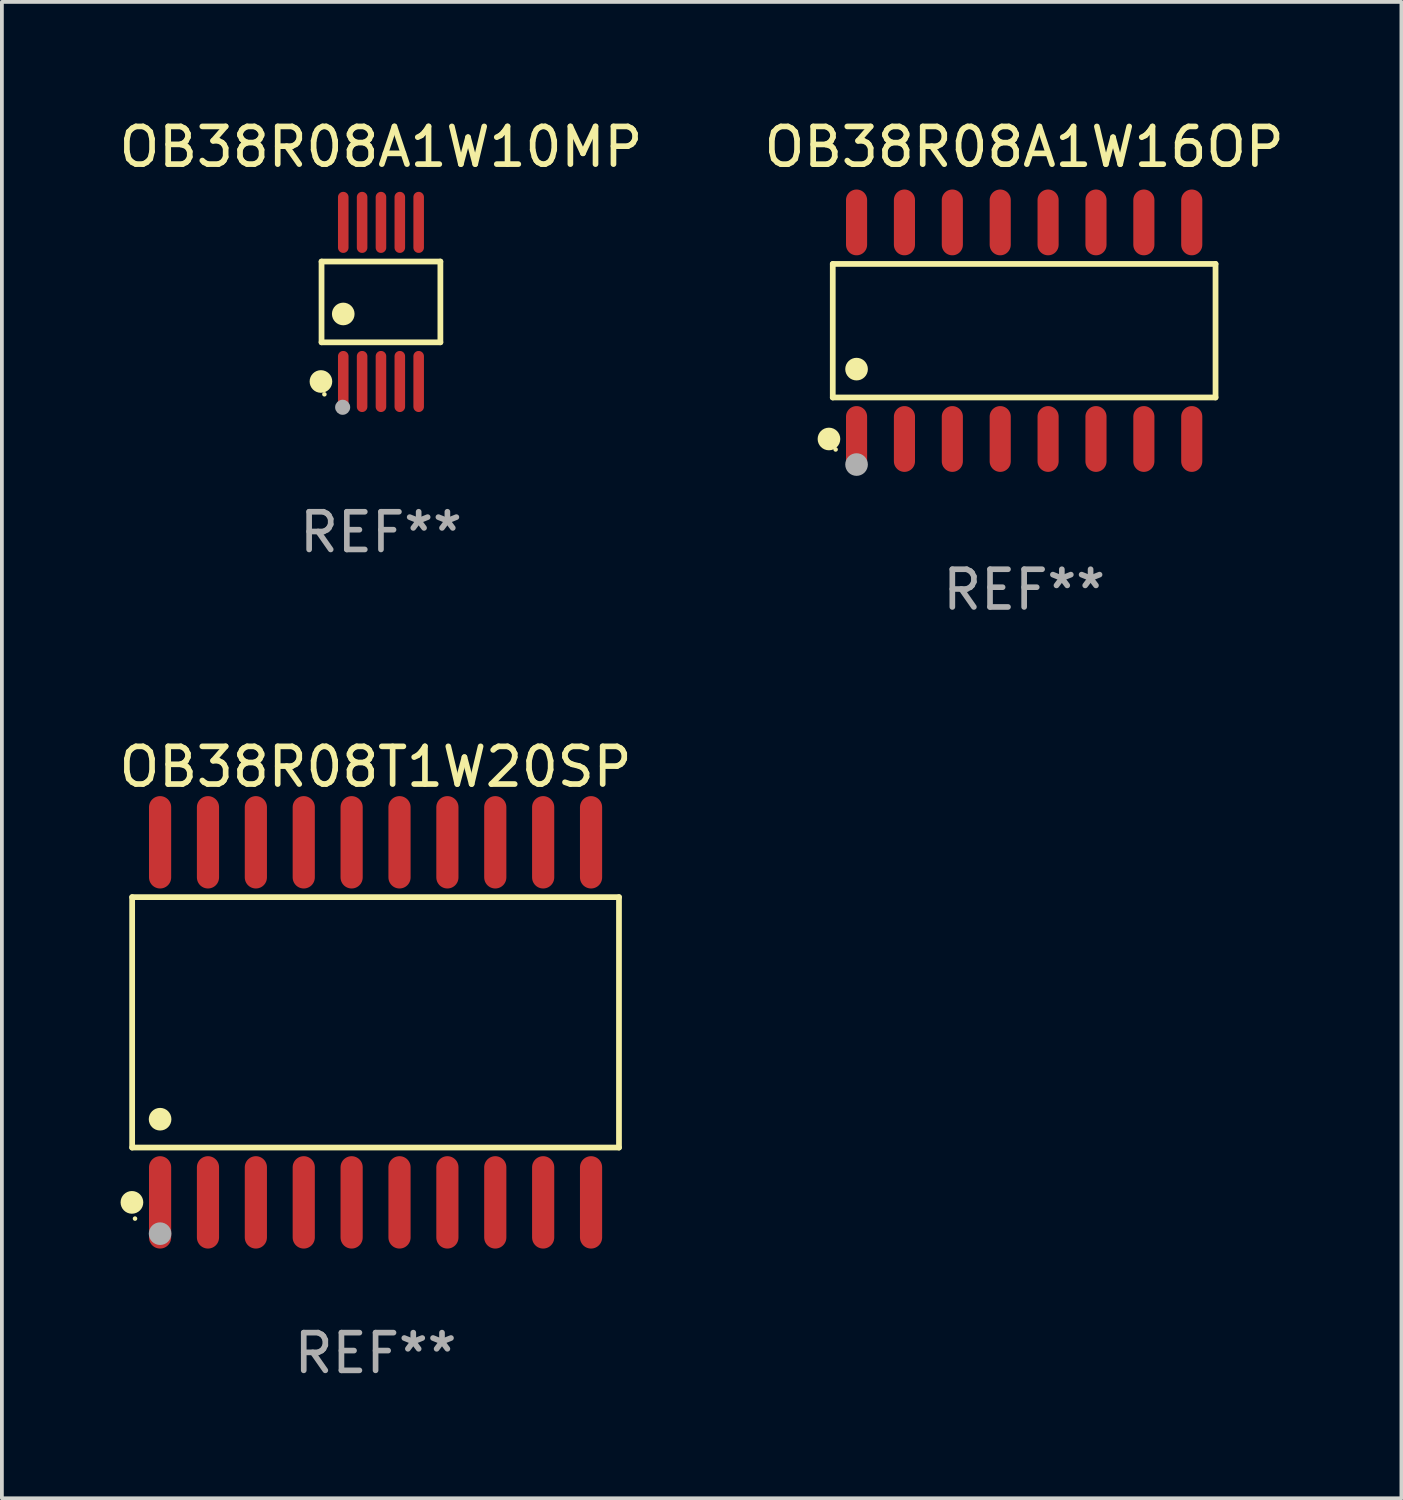
<source format=kicad_pcb>
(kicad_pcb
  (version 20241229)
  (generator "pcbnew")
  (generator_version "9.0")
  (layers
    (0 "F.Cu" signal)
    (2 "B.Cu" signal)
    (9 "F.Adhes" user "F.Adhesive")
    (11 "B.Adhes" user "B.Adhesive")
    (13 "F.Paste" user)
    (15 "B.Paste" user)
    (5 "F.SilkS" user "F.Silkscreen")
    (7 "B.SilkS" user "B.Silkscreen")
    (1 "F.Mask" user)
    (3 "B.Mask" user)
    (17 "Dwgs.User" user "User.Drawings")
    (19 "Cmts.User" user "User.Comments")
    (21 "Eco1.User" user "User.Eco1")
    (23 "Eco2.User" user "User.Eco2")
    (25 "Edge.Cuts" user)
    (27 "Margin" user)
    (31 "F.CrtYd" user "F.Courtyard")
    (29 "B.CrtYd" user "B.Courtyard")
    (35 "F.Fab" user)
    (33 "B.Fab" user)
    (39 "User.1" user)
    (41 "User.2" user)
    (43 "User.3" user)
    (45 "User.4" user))
  (footprint "OB38R08A1W10MP"
    (layer "F.Cu")
    (at 7.054 4.958)
    (property "Reference" "OB38R08A1W10MP" (at 0 -4.11 0) (layer "F.SilkS") (effects (font (size 1 1) (thickness 0.15))))
    (attr through_hole)
    (fp_line (start -1.576 -1.071) (end 1.576 -1.071) (stroke (width 0.152) (type solid)) (layer "F.SilkS"))
    (fp_line (start -1.576 1.071) (end -1.576 -1.071) (stroke (width 0.152) (type solid)) (layer "F.SilkS"))
    (fp_line (start 1.576 -1.071) (end 1.576 1.071) (stroke (width 0.152) (type solid)) (layer "F.SilkS"))
    (fp_line (start 1.576 1.071) (end -1.576 1.071) (stroke (width 0.152) (type solid)) (layer "F.SilkS"))
    (fp_circle (center -1.592 2.11) (end -1.442 2.11) (stroke (width 0.3) (type solid)) (fill no) (layer "F.SilkS"))
    (fp_circle (center -1.5 2.45) (end -1.47 2.45) (stroke (width 0.06) (type solid)) (fill no) (layer "F.SilkS"))
    (fp_circle (center -1 0.319) (end -0.85 0.319) (stroke (width 0.3) (type solid)) (fill no) (layer "F.SilkS"))
    (fp_circle (center -1.016 2.794) (end -0.916 2.794) (stroke (width 0.2) (type solid)) (fill no) (layer "F.Fab"))
    (fp_text user "REF**" (at 0 6.11 0) (layer "F.Fab") (effects (font (size 1 1) (thickness 0.15))))
    (pad "1" smd oval (at -1 2.11) (size 0.28 1.62) (layers "F.Cu" "F.Mask" "F.Paste"))
    (pad "2" smd oval (at -0.5 2.11) (size 0.28 1.62) (layers "F.Cu" "F.Mask" "F.Paste"))
    (pad "3" smd oval (at 0 2.11) (size 0.28 1.62) (layers "F.Cu" "F.Mask" "F.Paste"))
    (pad "4" smd oval (at 0.5 2.11) (size 0.28 1.62) (layers "F.Cu" "F.Mask" "F.Paste"))
    (pad "5" smd oval (at 1 2.11) (size 0.28 1.62) (layers "F.Cu" "F.Mask" "F.Paste"))
    (pad "6" smd oval (at 1 -2.11) (size 0.28 1.62) (layers "F.Cu" "F.Mask" "F.Paste"))
    (pad "7" smd oval (at 0.5 -2.11) (size 0.28 1.62) (layers "F.Cu" "F.Mask" "F.Paste"))
    (pad "8" smd oval (at 0 -2.11) (size 0.28 1.62) (layers "F.Cu" "F.Mask" "F.Paste"))
    (pad "9" smd oval (at -0.5 -2.11) (size 0.28 1.62) (layers "F.Cu" "F.Mask" "F.Paste"))
    (pad "10" smd oval (at -1 -2.11) (size 0.28 1.62) (layers "F.Cu" "F.Mask" "F.Paste")))
  (footprint "OB38R08A1W16OP"
    (layer "F.Cu")
    (at 24.113 5.721)
    (property "Reference" "OB38R08A1W16OP" (at 0 -4.872 0) (layer "F.SilkS") (effects (font (size 1 1) (thickness 0.15))))
    (attr through_hole)
    (fp_line (start -5.076 -1.771) (end 5.076 -1.771) (stroke (width 0.152) (type solid)) (layer "F.SilkS"))
    (fp_line (start -5.076 1.771) (end -5.076 -1.771) (stroke (width 0.152) (type solid)) (layer "F.SilkS"))
    (fp_line (start 5.076 -1.771) (end 5.076 1.771) (stroke (width 0.152) (type solid)) (layer "F.SilkS"))
    (fp_line (start 5.076 1.771) (end -5.076 1.771) (stroke (width 0.152) (type solid)) (layer "F.SilkS"))
    (fp_circle (center -5.177 2.872) (end -5.027 2.872) (stroke (width 0.3) (type solid)) (fill no) (layer "F.SilkS"))
    (fp_circle (center -5 3.15) (end -4.97 3.15) (stroke (width 0.06) (type solid)) (fill no) (layer "F.SilkS"))
    (fp_circle (center -4.445 1.019) (end -4.295 1.019) (stroke (width 0.3) (type solid)) (fill no) (layer "F.SilkS"))
    (fp_circle (center -4.445 3.55) (end -4.295 3.55) (stroke (width 0.3) (type solid)) (fill no) (layer "F.Fab"))
    (fp_text user "REF**" (at 0 6.872 0) (layer "F.Fab") (effects (font (size 1 1) (thickness 0.15))))
    (pad "1" smd oval (at -4.445 2.872) (size 0.56 1.745) (layers "F.Cu" "F.Mask" "F.Paste"))
    (pad "2" smd oval (at -3.175 2.872) (size 0.56 1.745) (layers "F.Cu" "F.Mask" "F.Paste"))
    (pad "3" smd oval (at -1.905 2.872) (size 0.56 1.745) (layers "F.Cu" "F.Mask" "F.Paste"))
    (pad "4" smd oval (at -0.635 2.872) (size 0.56 1.745) (layers "F.Cu" "F.Mask" "F.Paste"))
    (pad "5" smd oval (at 0.635 2.872) (size 0.56 1.745) (layers "F.Cu" "F.Mask" "F.Paste"))
    (pad "6" smd oval (at 1.905 2.872) (size 0.56 1.745) (layers "F.Cu" "F.Mask" "F.Paste"))
    (pad "7" smd oval (at 3.175 2.872) (size 0.56 1.745) (layers "F.Cu" "F.Mask" "F.Paste"))
    (pad "8" smd oval (at 4.445 2.872) (size 0.56 1.745) (layers "F.Cu" "F.Mask" "F.Paste"))
    (pad "9" smd oval (at 4.445 -2.872) (size 0.56 1.745) (layers "F.Cu" "F.Mask" "F.Paste"))
    (pad "10" smd oval (at 3.175 -2.872) (size 0.56 1.745) (layers "F.Cu" "F.Mask" "F.Paste"))
    (pad "11" smd oval (at 1.905 -2.872) (size 0.56 1.745) (layers "F.Cu" "F.Mask" "F.Paste"))
    (pad "12" smd oval (at 0.635 -2.872) (size 0.56 1.745) (layers "F.Cu" "F.Mask" "F.Paste"))
    (pad "13" smd oval (at -0.635 -2.872) (size 0.56 1.745) (layers "F.Cu" "F.Mask" "F.Paste"))
    (pad "14" smd oval (at -1.905 -2.872) (size 0.56 1.745) (layers "F.Cu" "F.Mask" "F.Paste"))
    (pad "15" smd oval (at -3.175 -2.872) (size 0.56 1.745) (layers "F.Cu" "F.Mask" "F.Paste"))
    (pad "16" smd oval (at -4.445 -2.872) (size 0.56 1.745) (layers "F.Cu" "F.Mask" "F.Paste")))
  (footprint "OB38R08T1W20SP"
    (layer "F.Cu")
    (at 6.911 24.065)
    (property "Reference" "OB38R08T1W20SP" (at 0 -6.775 0) (layer "F.SilkS") (effects (font (size 1 1) (thickness 0.15))))
    (attr through_hole)
    (fp_line (start -6.456 -3.321) (end 6.456 -3.321) (stroke (width 0.152) (type solid)) (layer "F.SilkS"))
    (fp_line (start -6.456 3.321) (end -6.456 -3.321) (stroke (width 0.152) (type solid)) (layer "F.SilkS"))
    (fp_line (start 6.456 -3.321) (end 6.456 3.321) (stroke (width 0.152) (type solid)) (layer "F.SilkS"))
    (fp_line (start 6.456 3.321) (end -6.456 3.321) (stroke (width 0.152) (type solid)) (layer "F.SilkS"))
    (fp_circle (center -6.462 4.775) (end -6.311 4.775) (stroke (width 0.3) (type solid)) (fill no) (layer "F.SilkS"))
    (fp_circle (center -6.38 5.205) (end -6.35 5.205) (stroke (width 0.06) (type solid)) (fill no) (layer "F.SilkS"))
    (fp_circle (center -5.715 2.569) (end -5.565 2.569) (stroke (width 0.3) (type solid)) (fill no) (layer "F.SilkS"))
    (fp_circle (center -5.715 5.605) (end -5.565 5.605) (stroke (width 0.3) (type solid)) (fill no) (layer "F.Fab"))
    (fp_text user "REF**" (at 0 8.775 0) (layer "F.Fab") (effects (font (size 1 1) (thickness 0.15))))
    (pad "1" smd oval (at -5.715 4.775) (size 0.588 2.45) (layers "F.Cu" "F.Mask" "F.Paste"))
    (pad "2" smd oval (at -4.445 4.775) (size 0.588 2.45) (layers "F.Cu" "F.Mask" "F.Paste"))
    (pad "3" smd oval (at -3.175 4.775) (size 0.588 2.45) (layers "F.Cu" "F.Mask" "F.Paste"))
    (pad "4" smd oval (at -1.905 4.775) (size 0.588 2.45) (layers "F.Cu" "F.Mask" "F.Paste"))
    (pad "5" smd oval (at -0.635 4.775) (size 0.588 2.45) (layers "F.Cu" "F.Mask" "F.Paste"))
    (pad "6" smd oval (at 0.635 4.775) (size 0.588 2.45) (layers "F.Cu" "F.Mask" "F.Paste"))
    (pad "7" smd oval (at 1.905 4.775) (size 0.588 2.45) (layers "F.Cu" "F.Mask" "F.Paste"))
    (pad "8" smd oval (at 3.175 4.775) (size 0.588 2.45) (layers "F.Cu" "F.Mask" "F.Paste"))
    (pad "9" smd oval (at 4.445 4.775) (size 0.588 2.45) (layers "F.Cu" "F.Mask" "F.Paste"))
    (pad "10" smd oval (at 5.715 4.775) (size 0.588 2.45) (layers "F.Cu" "F.Mask" "F.Paste"))
    (pad "11" smd oval (at 5.715 -4.775) (size 0.588 2.45) (layers "F.Cu" "F.Mask" "F.Paste"))
    (pad "12" smd oval (at 4.445 -4.775) (size 0.588 2.45) (layers "F.Cu" "F.Mask" "F.Paste"))
    (pad "13" smd oval (at 3.175 -4.775) (size 0.588 2.45) (layers "F.Cu" "F.Mask" "F.Paste"))
    (pad "14" smd oval (at 1.905 -4.775) (size 0.588 2.45) (layers "F.Cu" "F.Mask" "F.Paste"))
    (pad "15" smd oval (at 0.635 -4.775) (size 0.588 2.45) (layers "F.Cu" "F.Mask" "F.Paste"))
    (pad "16" smd oval (at -0.635 -4.775) (size 0.588 2.45) (layers "F.Cu" "F.Mask" "F.Paste"))
    (pad "17" smd oval (at -1.905 -4.775) (size 0.588 2.45) (layers "F.Cu" "F.Mask" "F.Paste"))
    (pad "18" smd oval (at -3.175 -4.775) (size 0.588 2.45) (layers "F.Cu" "F.Mask" "F.Paste"))
    (pad "19" smd oval (at -4.445 -4.775) (size 0.588 2.45) (layers "F.Cu" "F.Mask" "F.Paste"))
    (pad "20" smd oval (at -5.715 -4.775) (size 0.588 2.45) (layers "F.Cu" "F.Mask" "F.Paste")))
  (gr_rect
    (start -3 -3)
    (end 34.119 36.688)
    (stroke (width 0.1) (type default))
    (fill no)
    (layer "Edge.Cuts")))
</source>
